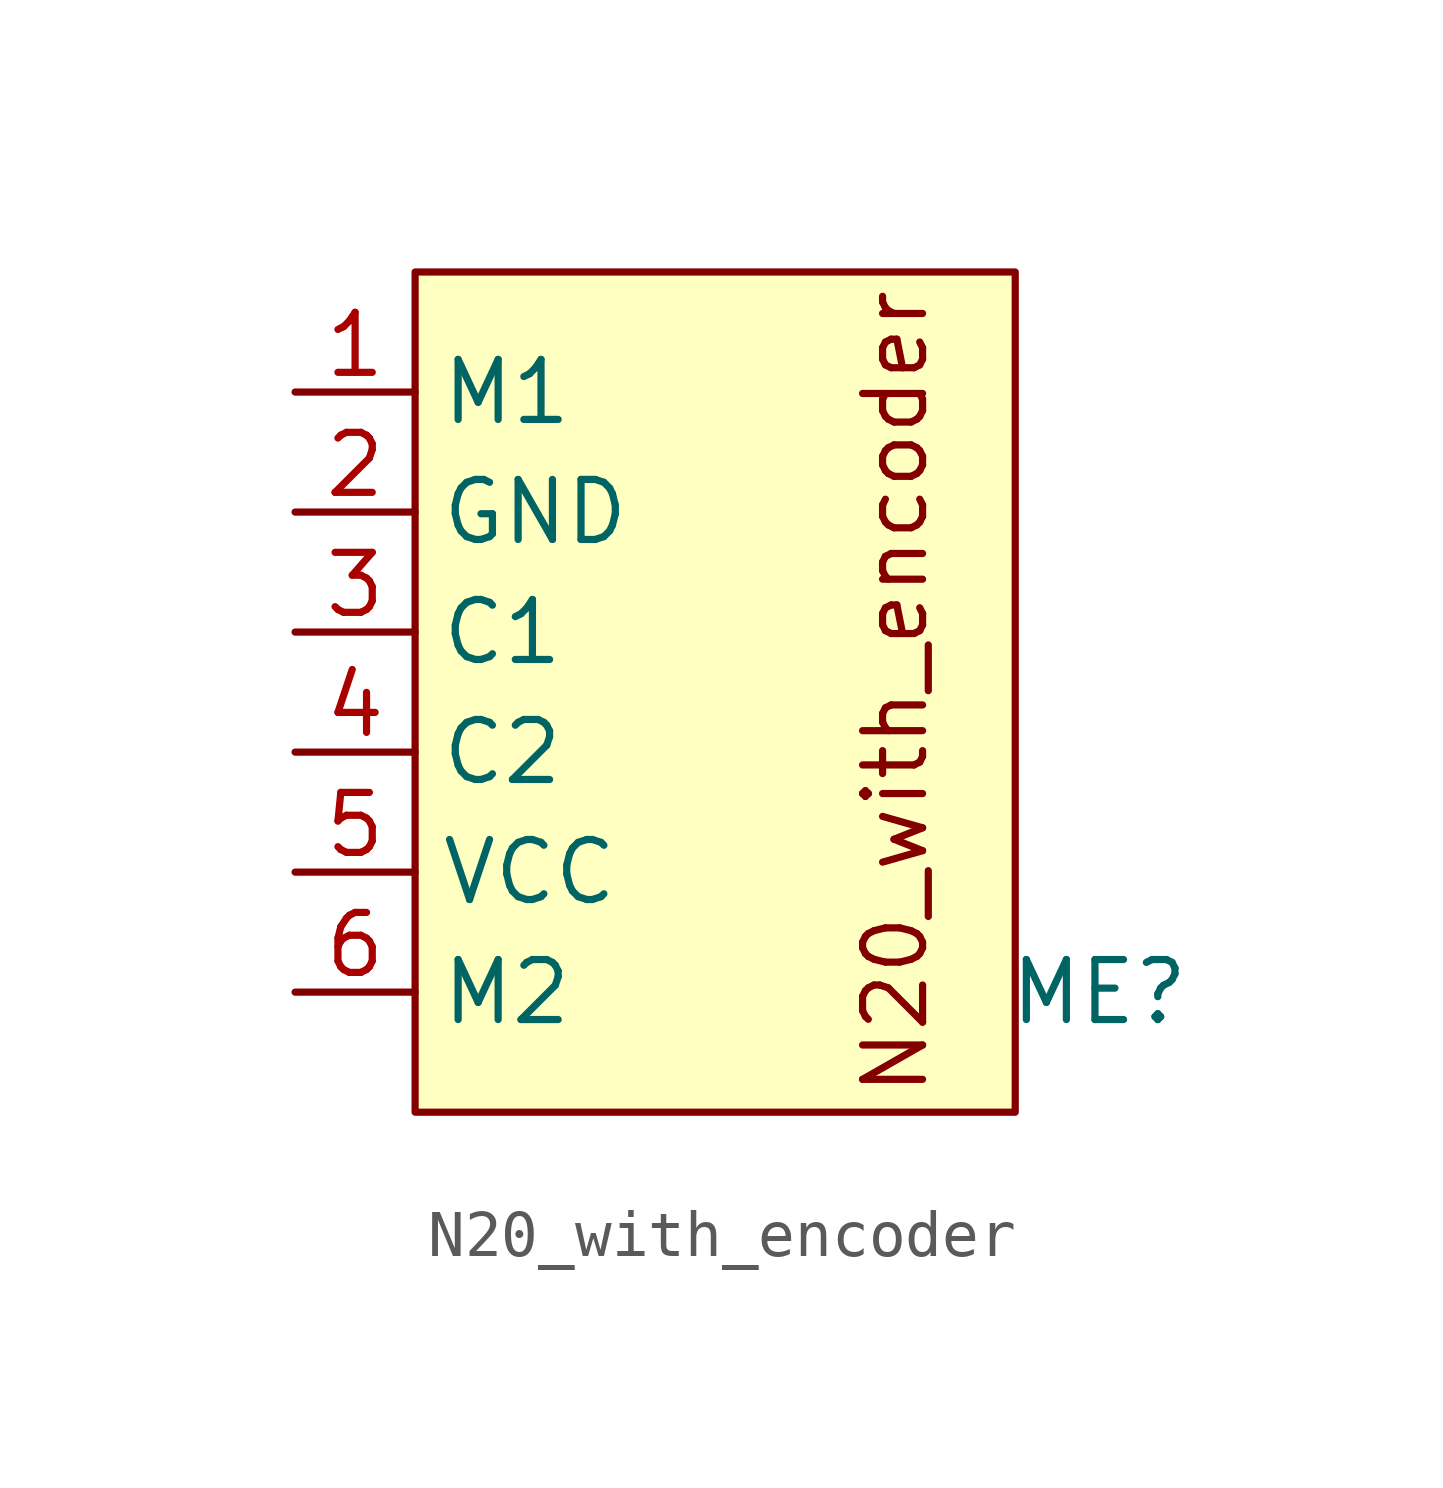
<source format=kicad_sym>
(kicad_symbol_lib
  (version 20231120)
  (generator "kicad_symbol_editor")
  (generator_version "8.0")
  (symbol "N20_with_encoder"
    (property "Reference" "ME"
      (at 17.018 -6.35 0)
      (effects (font (size 1.27 1.27))))
    (property "Value" ""
      (at 0 0 0)
      (effects (font (size 1.27 1.27))))
    (symbol "N20_with_encoder_1_1"
      (rectangle (start 2.54 8.89) (end 15.24 -8.89) (stroke (width 0) (type default)) (fill (type background)))
      (text "N20_with_encoder" (at 12.7 0 900) (effects (font (size 1.27 1.27))))
      (pin input line (at 0 6.35 0) (length 2.54) (name "M1" (effects (font (size 1.27 1.27)))) (number "1" (effects (font (size 1.27 1.27)))))
      (pin power_in line (at 0 3.81 0) (length 2.54) (name "GND" (effects (font (size 1.27 1.27)))) (number "2" (effects (font (size 1.27 1.27)))))
      (pin output line (at 0 1.27 0) (length 2.54) (name "C1" (effects (font (size 1.27 1.27)))) (number "3" (effects (font (size 1.27 1.27)))))
      (pin output line (at 0 -1.27 0) (length 2.54) (name "C2" (effects (font (size 1.27 1.27)))) (number "4" (effects (font (size 1.27 1.27)))))
      (pin power_in line (at 0 -3.81 0) (length 2.54) (name "VCC" (effects (font (size 1.27 1.27)))) (number "5" (effects (font (size 1.27 1.27)))))
      (pin input line (at 0 -6.35 0) (length 2.54) (name "M2" (effects (font (size 1.27 1.27)))) (number "6" (effects (font (size 1.27 1.27))))))))
</source>
